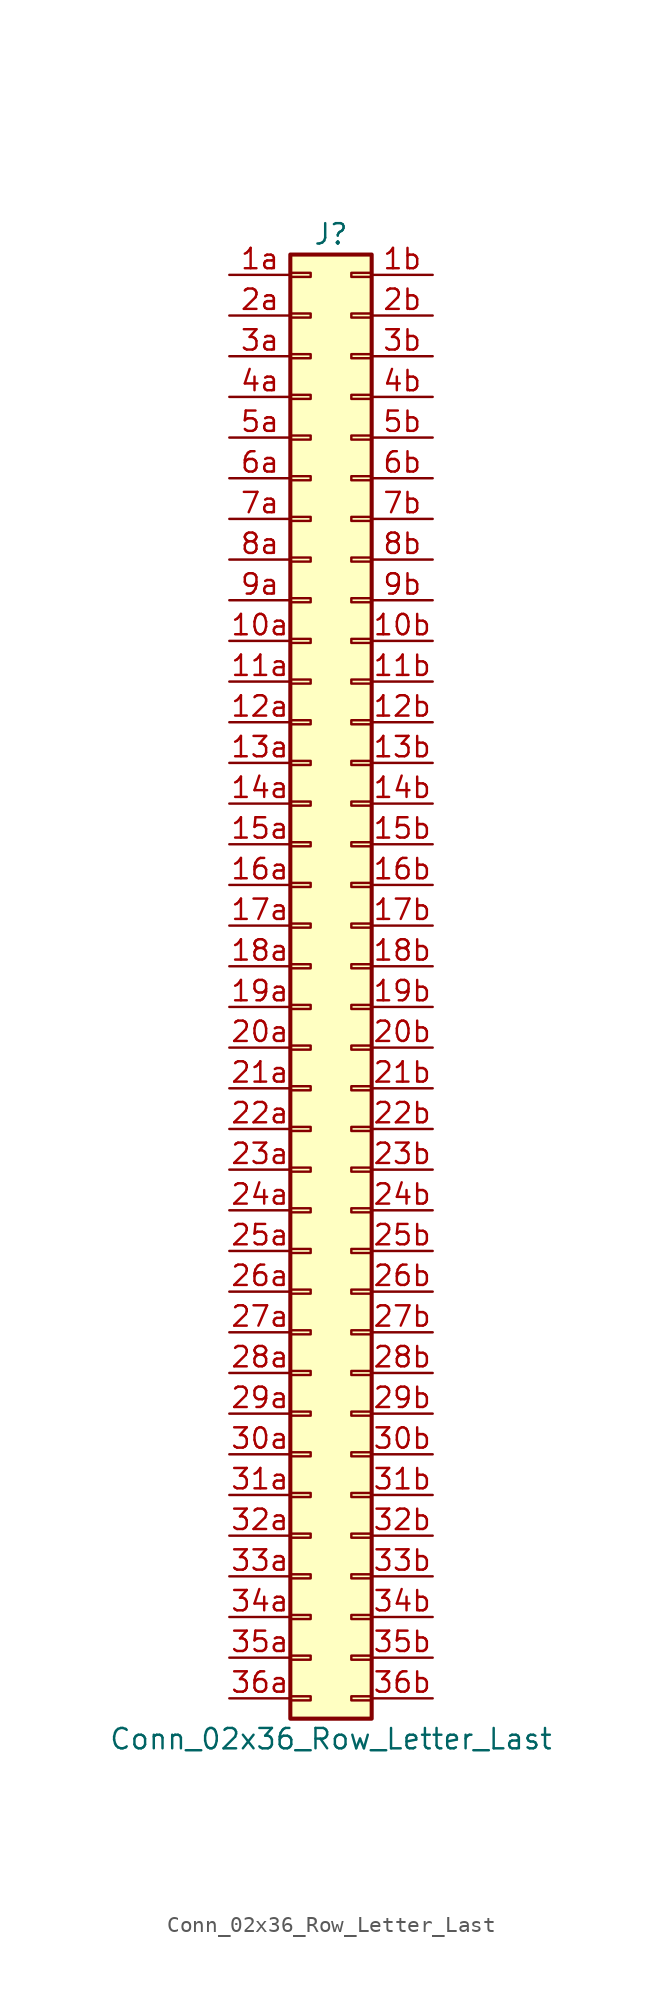
<source format=kicad_sym>
(kicad_symbol_lib
  (version 20211014)
  (generator kicad_symbol_editor)
  (symbol "Conn_02x36_Row_Letter_Last"
    (pin_names
      (offset 1.016) hide)
    (property "Reference" "J"
      (at 1.27 45.72 0)
      (effects (font (size 1.27 1.27))))
    (property "Value" "Conn_02x36_Row_Letter_Last"
      (at 1.27 -48.26 0)
      (effects (font (size 1.27 1.27))))
    (symbol "Conn_02x36_Row_Letter_Last_1_1"
      (rectangle (start -1.27 -45.593) (end 0 -45.847) (stroke (width 0.152) (type default) (color 0 0 0 0)) (fill (type none)))
      (rectangle (start -1.27 -43.053) (end 0 -43.307) (stroke (width 0.152) (type default) (color 0 0 0 0)) (fill (type none)))
      (rectangle (start -1.27 -40.513) (end 0 -40.767) (stroke (width 0.152) (type default) (color 0 0 0 0)) (fill (type none)))
      (rectangle (start -1.27 -37.973) (end 0 -38.227) (stroke (width 0.152) (type default) (color 0 0 0 0)) (fill (type none)))
      (rectangle (start -1.27 -35.433) (end 0 -35.687) (stroke (width 0.152) (type default) (color 0 0 0 0)) (fill (type none)))
      (rectangle (start -1.27 -32.893) (end 0 -33.147) (stroke (width 0.152) (type default) (color 0 0 0 0)) (fill (type none)))
      (rectangle (start -1.27 -30.353) (end 0 -30.607) (stroke (width 0.152) (type default) (color 0 0 0 0)) (fill (type none)))
      (rectangle (start -1.27 -27.813) (end 0 -28.067) (stroke (width 0.152) (type default) (color 0 0 0 0)) (fill (type none)))
      (rectangle (start -1.27 -25.273) (end 0 -25.527) (stroke (width 0.152) (type default) (color 0 0 0 0)) (fill (type none)))
      (rectangle (start -1.27 -22.733) (end 0 -22.987) (stroke (width 0.152) (type default) (color 0 0 0 0)) (fill (type none)))
      (rectangle (start -1.27 -20.193) (end 0 -20.447) (stroke (width 0.152) (type default) (color 0 0 0 0)) (fill (type none)))
      (rectangle (start -1.27 -17.653) (end 0 -17.907) (stroke (width 0.152) (type default) (color 0 0 0 0)) (fill (type none)))
      (rectangle (start -1.27 -15.113) (end 0 -15.367) (stroke (width 0.152) (type default) (color 0 0 0 0)) (fill (type none)))
      (rectangle (start -1.27 -12.573) (end 0 -12.827) (stroke (width 0.152) (type default) (color 0 0 0 0)) (fill (type none)))
      (rectangle (start -1.27 -10.033) (end 0 -10.287) (stroke (width 0.152) (type default) (color 0 0 0 0)) (fill (type none)))
      (rectangle (start -1.27 -7.493) (end 0 -7.747) (stroke (width 0.152) (type default) (color 0 0 0 0)) (fill (type none)))
      (rectangle (start -1.27 -4.953) (end 0 -5.207) (stroke (width 0.152) (type default) (color 0 0 0 0)) (fill (type none)))
      (rectangle (start -1.27 -2.413) (end 0 -2.667) (stroke (width 0.152) (type default) (color 0 0 0 0)) (fill (type none)))
      (rectangle (start -1.27 0.127) (end 0 -0.127) (stroke (width 0.152) (type default) (color 0 0 0 0)) (fill (type none)))
      (rectangle (start -1.27 2.667) (end 0 2.413) (stroke (width 0.152) (type default) (color 0 0 0 0)) (fill (type none)))
      (rectangle (start -1.27 5.207) (end 0 4.953) (stroke (width 0.152) (type default) (color 0 0 0 0)) (fill (type none)))
      (rectangle (start -1.27 7.747) (end 0 7.493) (stroke (width 0.152) (type default) (color 0 0 0 0)) (fill (type none)))
      (rectangle (start -1.27 10.287) (end 0 10.033) (stroke (width 0.152) (type default) (color 0 0 0 0)) (fill (type none)))
      (rectangle (start -1.27 12.827) (end 0 12.573) (stroke (width 0.152) (type default) (color 0 0 0 0)) (fill (type none)))
      (rectangle (start -1.27 15.367) (end 0 15.113) (stroke (width 0.152) (type default) (color 0 0 0 0)) (fill (type none)))
      (rectangle (start -1.27 17.907) (end 0 17.653) (stroke (width 0.152) (type default) (color 0 0 0 0)) (fill (type none)))
      (rectangle (start -1.27 20.447) (end 0 20.193) (stroke (width 0.152) (type default) (color 0 0 0 0)) (fill (type none)))
      (rectangle (start -1.27 22.987) (end 0 22.733) (stroke (width 0.152) (type default) (color 0 0 0 0)) (fill (type none)))
      (rectangle (start -1.27 25.527) (end 0 25.273) (stroke (width 0.152) (type default) (color 0 0 0 0)) (fill (type none)))
      (rectangle (start -1.27 28.067) (end 0 27.813) (stroke (width 0.152) (type default) (color 0 0 0 0)) (fill (type none)))
      (rectangle (start -1.27 30.607) (end 0 30.353) (stroke (width 0.152) (type default) (color 0 0 0 0)) (fill (type none)))
      (rectangle (start -1.27 33.147) (end 0 32.893) (stroke (width 0.152) (type default) (color 0 0 0 0)) (fill (type none)))
      (rectangle (start -1.27 35.687) (end 0 35.433) (stroke (width 0.152) (type default) (color 0 0 0 0)) (fill (type none)))
      (rectangle (start -1.27 38.227) (end 0 37.973) (stroke (width 0.152) (type default) (color 0 0 0 0)) (fill (type none)))
      (rectangle (start -1.27 40.767) (end 0 40.513) (stroke (width 0.152) (type default) (color 0 0 0 0)) (fill (type none)))
      (rectangle (start -1.27 43.307) (end 0 43.053) (stroke (width 0.152) (type default) (color 0 0 0 0)) (fill (type none)))
      (rectangle (start -1.27 44.45) (end 3.81 -46.99) (stroke (width 0.254) (type default) (color 0 0 0 0)) (fill (type background)))
      (rectangle (start 3.81 -45.593) (end 2.54 -45.847) (stroke (width 0.152) (type default) (color 0 0 0 0)) (fill (type none)))
      (rectangle (start 3.81 -43.053) (end 2.54 -43.307) (stroke (width 0.152) (type default) (color 0 0 0 0)) (fill (type none)))
      (rectangle (start 3.81 -40.513) (end 2.54 -40.767) (stroke (width 0.152) (type default) (color 0 0 0 0)) (fill (type none)))
      (rectangle (start 3.81 -37.973) (end 2.54 -38.227) (stroke (width 0.152) (type default) (color 0 0 0 0)) (fill (type none)))
      (rectangle (start 3.81 -35.433) (end 2.54 -35.687) (stroke (width 0.152) (type default) (color 0 0 0 0)) (fill (type none)))
      (rectangle (start 3.81 -32.893) (end 2.54 -33.147) (stroke (width 0.152) (type default) (color 0 0 0 0)) (fill (type none)))
      (rectangle (start 3.81 -30.353) (end 2.54 -30.607) (stroke (width 0.152) (type default) (color 0 0 0 0)) (fill (type none)))
      (rectangle (start 3.81 -27.813) (end 2.54 -28.067) (stroke (width 0.152) (type default) (color 0 0 0 0)) (fill (type none)))
      (rectangle (start 3.81 -25.273) (end 2.54 -25.527) (stroke (width 0.152) (type default) (color 0 0 0 0)) (fill (type none)))
      (rectangle (start 3.81 -22.733) (end 2.54 -22.987) (stroke (width 0.152) (type default) (color 0 0 0 0)) (fill (type none)))
      (rectangle (start 3.81 -20.193) (end 2.54 -20.447) (stroke (width 0.152) (type default) (color 0 0 0 0)) (fill (type none)))
      (rectangle (start 3.81 -17.653) (end 2.54 -17.907) (stroke (width 0.152) (type default) (color 0 0 0 0)) (fill (type none)))
      (rectangle (start 3.81 -15.113) (end 2.54 -15.367) (stroke (width 0.152) (type default) (color 0 0 0 0)) (fill (type none)))
      (rectangle (start 3.81 -12.573) (end 2.54 -12.827) (stroke (width 0.152) (type default) (color 0 0 0 0)) (fill (type none)))
      (rectangle (start 3.81 -10.033) (end 2.54 -10.287) (stroke (width 0.152) (type default) (color 0 0 0 0)) (fill (type none)))
      (rectangle (start 3.81 -7.493) (end 2.54 -7.747) (stroke (width 0.152) (type default) (color 0 0 0 0)) (fill (type none)))
      (rectangle (start 3.81 -4.953) (end 2.54 -5.207) (stroke (width 0.152) (type default) (color 0 0 0 0)) (fill (type none)))
      (rectangle (start 3.81 -2.413) (end 2.54 -2.667) (stroke (width 0.152) (type default) (color 0 0 0 0)) (fill (type none)))
      (rectangle (start 3.81 0.127) (end 2.54 -0.127) (stroke (width 0.152) (type default) (color 0 0 0 0)) (fill (type none)))
      (rectangle (start 3.81 2.667) (end 2.54 2.413) (stroke (width 0.152) (type default) (color 0 0 0 0)) (fill (type none)))
      (rectangle (start 3.81 5.207) (end 2.54 4.953) (stroke (width 0.152) (type default) (color 0 0 0 0)) (fill (type none)))
      (rectangle (start 3.81 7.747) (end 2.54 7.493) (stroke (width 0.152) (type default) (color 0 0 0 0)) (fill (type none)))
      (rectangle (start 3.81 10.287) (end 2.54 10.033) (stroke (width 0.152) (type default) (color 0 0 0 0)) (fill (type none)))
      (rectangle (start 3.81 12.827) (end 2.54 12.573) (stroke (width 0.152) (type default) (color 0 0 0 0)) (fill (type none)))
      (rectangle (start 3.81 15.367) (end 2.54 15.113) (stroke (width 0.152) (type default) (color 0 0 0 0)) (fill (type none)))
      (rectangle (start 3.81 17.907) (end 2.54 17.653) (stroke (width 0.152) (type default) (color 0 0 0 0)) (fill (type none)))
      (rectangle (start 3.81 20.447) (end 2.54 20.193) (stroke (width 0.152) (type default) (color 0 0 0 0)) (fill (type none)))
      (rectangle (start 3.81 22.987) (end 2.54 22.733) (stroke (width 0.152) (type default) (color 0 0 0 0)) (fill (type none)))
      (rectangle (start 3.81 25.527) (end 2.54 25.273) (stroke (width 0.152) (type default) (color 0 0 0 0)) (fill (type none)))
      (rectangle (start 3.81 28.067) (end 2.54 27.813) (stroke (width 0.152) (type default) (color 0 0 0 0)) (fill (type none)))
      (rectangle (start 3.81 30.607) (end 2.54 30.353) (stroke (width 0.152) (type default) (color 0 0 0 0)) (fill (type none)))
      (rectangle (start 3.81 33.147) (end 2.54 32.893) (stroke (width 0.152) (type default) (color 0 0 0 0)) (fill (type none)))
      (rectangle (start 3.81 35.687) (end 2.54 35.433) (stroke (width 0.152) (type default) (color 0 0 0 0)) (fill (type none)))
      (rectangle (start 3.81 38.227) (end 2.54 37.973) (stroke (width 0.152) (type default) (color 0 0 0 0)) (fill (type none)))
      (rectangle (start 3.81 40.767) (end 2.54 40.513) (stroke (width 0.152) (type default) (color 0 0 0 0)) (fill (type none)))
      (rectangle (start 3.81 43.307) (end 2.54 43.053) (stroke (width 0.152) (type default) (color 0 0 0 0)) (fill (type none)))
      (pin passive line (at -5.08 20.32 0) (length 3.81) (name "Pin_10a" (effects (font (size 1.27 1.27)))) (number "10a" (effects (font (size 1.27 1.27)))))
      (pin passive line (at 7.62 20.32 180) (length 3.81) (name "Pin_10b" (effects (font (size 1.27 1.27)))) (number "10b" (effects (font (size 1.27 1.27)))))
      (pin passive line (at -5.08 17.78 0) (length 3.81) (name "Pin_11a" (effects (font (size 1.27 1.27)))) (number "11a" (effects (font (size 1.27 1.27)))))
      (pin passive line (at 7.62 17.78 180) (length 3.81) (name "Pin_11b" (effects (font (size 1.27 1.27)))) (number "11b" (effects (font (size 1.27 1.27)))))
      (pin passive line (at -5.08 15.24 0) (length 3.81) (name "Pin_12a" (effects (font (size 1.27 1.27)))) (number "12a" (effects (font (size 1.27 1.27)))))
      (pin passive line (at 7.62 15.24 180) (length 3.81) (name "Pin_12b" (effects (font (size 1.27 1.27)))) (number "12b" (effects (font (size 1.27 1.27)))))
      (pin passive line (at -5.08 12.7 0) (length 3.81) (name "Pin_13a" (effects (font (size 1.27 1.27)))) (number "13a" (effects (font (size 1.27 1.27)))))
      (pin passive line (at 7.62 12.7 180) (length 3.81) (name "Pin_13b" (effects (font (size 1.27 1.27)))) (number "13b" (effects (font (size 1.27 1.27)))))
      (pin passive line (at -5.08 10.16 0) (length 3.81) (name "Pin_14a" (effects (font (size 1.27 1.27)))) (number "14a" (effects (font (size 1.27 1.27)))))
      (pin passive line (at 7.62 10.16 180) (length 3.81) (name "Pin_14b" (effects (font (size 1.27 1.27)))) (number "14b" (effects (font (size 1.27 1.27)))))
      (pin passive line (at -5.08 7.62 0) (length 3.81) (name "Pin_15a" (effects (font (size 1.27 1.27)))) (number "15a" (effects (font (size 1.27 1.27)))))
      (pin passive line (at 7.62 7.62 180) (length 3.81) (name "Pin_15b" (effects (font (size 1.27 1.27)))) (number "15b" (effects (font (size 1.27 1.27)))))
      (pin passive line (at -5.08 5.08 0) (length 3.81) (name "Pin_16a" (effects (font (size 1.27 1.27)))) (number "16a" (effects (font (size 1.27 1.27)))))
      (pin passive line (at 7.62 5.08 180) (length 3.81) (name "Pin_16b" (effects (font (size 1.27 1.27)))) (number "16b" (effects (font (size 1.27 1.27)))))
      (pin passive line (at -5.08 2.54 0) (length 3.81) (name "Pin_17a" (effects (font (size 1.27 1.27)))) (number "17a" (effects (font (size 1.27 1.27)))))
      (pin passive line (at 7.62 2.54 180) (length 3.81) (name "Pin_17b" (effects (font (size 1.27 1.27)))) (number "17b" (effects (font (size 1.27 1.27)))))
      (pin passive line (at -5.08 0 0) (length 3.81) (name "Pin_18a" (effects (font (size 1.27 1.27)))) (number "18a" (effects (font (size 1.27 1.27)))))
      (pin passive line (at 7.62 0 180) (length 3.81) (name "Pin_18b" (effects (font (size 1.27 1.27)))) (number "18b" (effects (font (size 1.27 1.27)))))
      (pin passive line (at -5.08 -2.54 0) (length 3.81) (name "Pin_19a" (effects (font (size 1.27 1.27)))) (number "19a" (effects (font (size 1.27 1.27)))))
      (pin passive line (at 7.62 -2.54 180) (length 3.81) (name "Pin_19b" (effects (font (size 1.27 1.27)))) (number "19b" (effects (font (size 1.27 1.27)))))
      (pin passive line (at -5.08 43.18 0) (length 3.81) (name "Pin_1a" (effects (font (size 1.27 1.27)))) (number "1a" (effects (font (size 1.27 1.27)))))
      (pin passive line (at 7.62 43.18 180) (length 3.81) (name "Pin_1b" (effects (font (size 1.27 1.27)))) (number "1b" (effects (font (size 1.27 1.27)))))
      (pin passive line (at -5.08 -5.08 0) (length 3.81) (name "Pin_20a" (effects (font (size 1.27 1.27)))) (number "20a" (effects (font (size 1.27 1.27)))))
      (pin passive line (at 7.62 -5.08 180) (length 3.81) (name "Pin_20b" (effects (font (size 1.27 1.27)))) (number "20b" (effects (font (size 1.27 1.27)))))
      (pin passive line (at -5.08 -7.62 0) (length 3.81) (name "Pin_21a" (effects (font (size 1.27 1.27)))) (number "21a" (effects (font (size 1.27 1.27)))))
      (pin passive line (at 7.62 -7.62 180) (length 3.81) (name "Pin_21b" (effects (font (size 1.27 1.27)))) (number "21b" (effects (font (size 1.27 1.27)))))
      (pin passive line (at -5.08 -10.16 0) (length 3.81) (name "Pin_22a" (effects (font (size 1.27 1.27)))) (number "22a" (effects (font (size 1.27 1.27)))))
      (pin passive line (at 7.62 -10.16 180) (length 3.81) (name "Pin_22b" (effects (font (size 1.27 1.27)))) (number "22b" (effects (font (size 1.27 1.27)))))
      (pin passive line (at -5.08 -12.7 0) (length 3.81) (name "Pin_23a" (effects (font (size 1.27 1.27)))) (number "23a" (effects (font (size 1.27 1.27)))))
      (pin passive line (at 7.62 -12.7 180) (length 3.81) (name "Pin_23b" (effects (font (size 1.27 1.27)))) (number "23b" (effects (font (size 1.27 1.27)))))
      (pin passive line (at -5.08 -15.24 0) (length 3.81) (name "Pin_24a" (effects (font (size 1.27 1.27)))) (number "24a" (effects (font (size 1.27 1.27)))))
      (pin passive line (at 7.62 -15.24 180) (length 3.81) (name "Pin_24b" (effects (font (size 1.27 1.27)))) (number "24b" (effects (font (size 1.27 1.27)))))
      (pin passive line (at -5.08 -17.78 0) (length 3.81) (name "Pin_25a" (effects (font (size 1.27 1.27)))) (number "25a" (effects (font (size 1.27 1.27)))))
      (pin passive line (at 7.62 -17.78 180) (length 3.81) (name "Pin_25b" (effects (font (size 1.27 1.27)))) (number "25b" (effects (font (size 1.27 1.27)))))
      (pin passive line (at -5.08 -20.32 0) (length 3.81) (name "Pin_26a" (effects (font (size 1.27 1.27)))) (number "26a" (effects (font (size 1.27 1.27)))))
      (pin passive line (at 7.62 -20.32 180) (length 3.81) (name "Pin_26b" (effects (font (size 1.27 1.27)))) (number "26b" (effects (font (size 1.27 1.27)))))
      (pin passive line (at -5.08 -22.86 0) (length 3.81) (name "Pin_27a" (effects (font (size 1.27 1.27)))) (number "27a" (effects (font (size 1.27 1.27)))))
      (pin passive line (at 7.62 -22.86 180) (length 3.81) (name "Pin_27b" (effects (font (size 1.27 1.27)))) (number "27b" (effects (font (size 1.27 1.27)))))
      (pin passive line (at -5.08 -25.4 0) (length 3.81) (name "Pin_28a" (effects (font (size 1.27 1.27)))) (number "28a" (effects (font (size 1.27 1.27)))))
      (pin passive line (at 7.62 -25.4 180) (length 3.81) (name "Pin_28b" (effects (font (size 1.27 1.27)))) (number "28b" (effects (font (size 1.27 1.27)))))
      (pin passive line (at -5.08 -27.94 0) (length 3.81) (name "Pin_29a" (effects (font (size 1.27 1.27)))) (number "29a" (effects (font (size 1.27 1.27)))))
      (pin passive line (at 7.62 -27.94 180) (length 3.81) (name "Pin_29b" (effects (font (size 1.27 1.27)))) (number "29b" (effects (font (size 1.27 1.27)))))
      (pin passive line (at -5.08 40.64 0) (length 3.81) (name "Pin_2a" (effects (font (size 1.27 1.27)))) (number "2a" (effects (font (size 1.27 1.27)))))
      (pin passive line (at 7.62 40.64 180) (length 3.81) (name "Pin_2b" (effects (font (size 1.27 1.27)))) (number "2b" (effects (font (size 1.27 1.27)))))
      (pin passive line (at -5.08 -30.48 0) (length 3.81) (name "Pin_30a" (effects (font (size 1.27 1.27)))) (number "30a" (effects (font (size 1.27 1.27)))))
      (pin passive line (at 7.62 -30.48 180) (length 3.81) (name "Pin_30b" (effects (font (size 1.27 1.27)))) (number "30b" (effects (font (size 1.27 1.27)))))
      (pin passive line (at -5.08 -33.02 0) (length 3.81) (name "Pin_31a" (effects (font (size 1.27 1.27)))) (number "31a" (effects (font (size 1.27 1.27)))))
      (pin passive line (at 7.62 -33.02 180) (length 3.81) (name "Pin_31b" (effects (font (size 1.27 1.27)))) (number "31b" (effects (font (size 1.27 1.27)))))
      (pin passive line (at -5.08 -35.56 0) (length 3.81) (name "Pin_32a" (effects (font (size 1.27 1.27)))) (number "32a" (effects (font (size 1.27 1.27)))))
      (pin passive line (at 7.62 -35.56 180) (length 3.81) (name "Pin_32b" (effects (font (size 1.27 1.27)))) (number "32b" (effects (font (size 1.27 1.27)))))
      (pin passive line (at -5.08 -38.1 0) (length 3.81) (name "Pin_33a" (effects (font (size 1.27 1.27)))) (number "33a" (effects (font (size 1.27 1.27)))))
      (pin passive line (at 7.62 -38.1 180) (length 3.81) (name "Pin_33b" (effects (font (size 1.27 1.27)))) (number "33b" (effects (font (size 1.27 1.27)))))
      (pin passive line (at -5.08 -40.64 0) (length 3.81) (name "Pin_34a" (effects (font (size 1.27 1.27)))) (number "34a" (effects (font (size 1.27 1.27)))))
      (pin passive line (at 7.62 -40.64 180) (length 3.81) (name "Pin_34b" (effects (font (size 1.27 1.27)))) (number "34b" (effects (font (size 1.27 1.27)))))
      (pin passive line (at -5.08 -43.18 0) (length 3.81) (name "Pin_35a" (effects (font (size 1.27 1.27)))) (number "35a" (effects (font (size 1.27 1.27)))))
      (pin passive line (at 7.62 -43.18 180) (length 3.81) (name "Pin_35b" (effects (font (size 1.27 1.27)))) (number "35b" (effects (font (size 1.27 1.27)))))
      (pin passive line (at -5.08 -45.72 0) (length 3.81) (name "Pin_36a" (effects (font (size 1.27 1.27)))) (number "36a" (effects (font (size 1.27 1.27)))))
      (pin passive line (at 7.62 -45.72 180) (length 3.81) (name "Pin_36b" (effects (font (size 1.27 1.27)))) (number "36b" (effects (font (size 1.27 1.27)))))
      (pin passive line (at -5.08 38.1 0) (length 3.81) (name "Pin_3a" (effects (font (size 1.27 1.27)))) (number "3a" (effects (font (size 1.27 1.27)))))
      (pin passive line (at 7.62 38.1 180) (length 3.81) (name "Pin_3b" (effects (font (size 1.27 1.27)))) (number "3b" (effects (font (size 1.27 1.27)))))
      (pin passive line (at -5.08 35.56 0) (length 3.81) (name "Pin_4a" (effects (font (size 1.27 1.27)))) (number "4a" (effects (font (size 1.27 1.27)))))
      (pin passive line (at 7.62 35.56 180) (length 3.81) (name "Pin_4b" (effects (font (size 1.27 1.27)))) (number "4b" (effects (font (size 1.27 1.27)))))
      (pin passive line (at -5.08 33.02 0) (length 3.81) (name "Pin_5a" (effects (font (size 1.27 1.27)))) (number "5a" (effects (font (size 1.27 1.27)))))
      (pin passive line (at 7.62 33.02 180) (length 3.81) (name "Pin_5b" (effects (font (size 1.27 1.27)))) (number "5b" (effects (font (size 1.27 1.27)))))
      (pin passive line (at -5.08 30.48 0) (length 3.81) (name "Pin_6a" (effects (font (size 1.27 1.27)))) (number "6a" (effects (font (size 1.27 1.27)))))
      (pin passive line (at 7.62 30.48 180) (length 3.81) (name "Pin_6b" (effects (font (size 1.27 1.27)))) (number "6b" (effects (font (size 1.27 1.27)))))
      (pin passive line (at -5.08 27.94 0) (length 3.81) (name "Pin_7a" (effects (font (size 1.27 1.27)))) (number "7a" (effects (font (size 1.27 1.27)))))
      (pin passive line (at 7.62 27.94 180) (length 3.81) (name "Pin_7b" (effects (font (size 1.27 1.27)))) (number "7b" (effects (font (size 1.27 1.27)))))
      (pin passive line (at -5.08 25.4 0) (length 3.81) (name "Pin_8a" (effects (font (size 1.27 1.27)))) (number "8a" (effects (font (size 1.27 1.27)))))
      (pin passive line (at 7.62 25.4 180) (length 3.81) (name "Pin_8b" (effects (font (size 1.27 1.27)))) (number "8b" (effects (font (size 1.27 1.27)))))
      (pin passive line (at -5.08 22.86 0) (length 3.81) (name "Pin_9a" (effects (font (size 1.27 1.27)))) (number "9a" (effects (font (size 1.27 1.27)))))
      (pin passive line (at 7.62 22.86 180) (length 3.81) (name "Pin_9b" (effects (font (size 1.27 1.27)))) (number "9b" (effects (font (size 1.27 1.27))))))))
</source>
